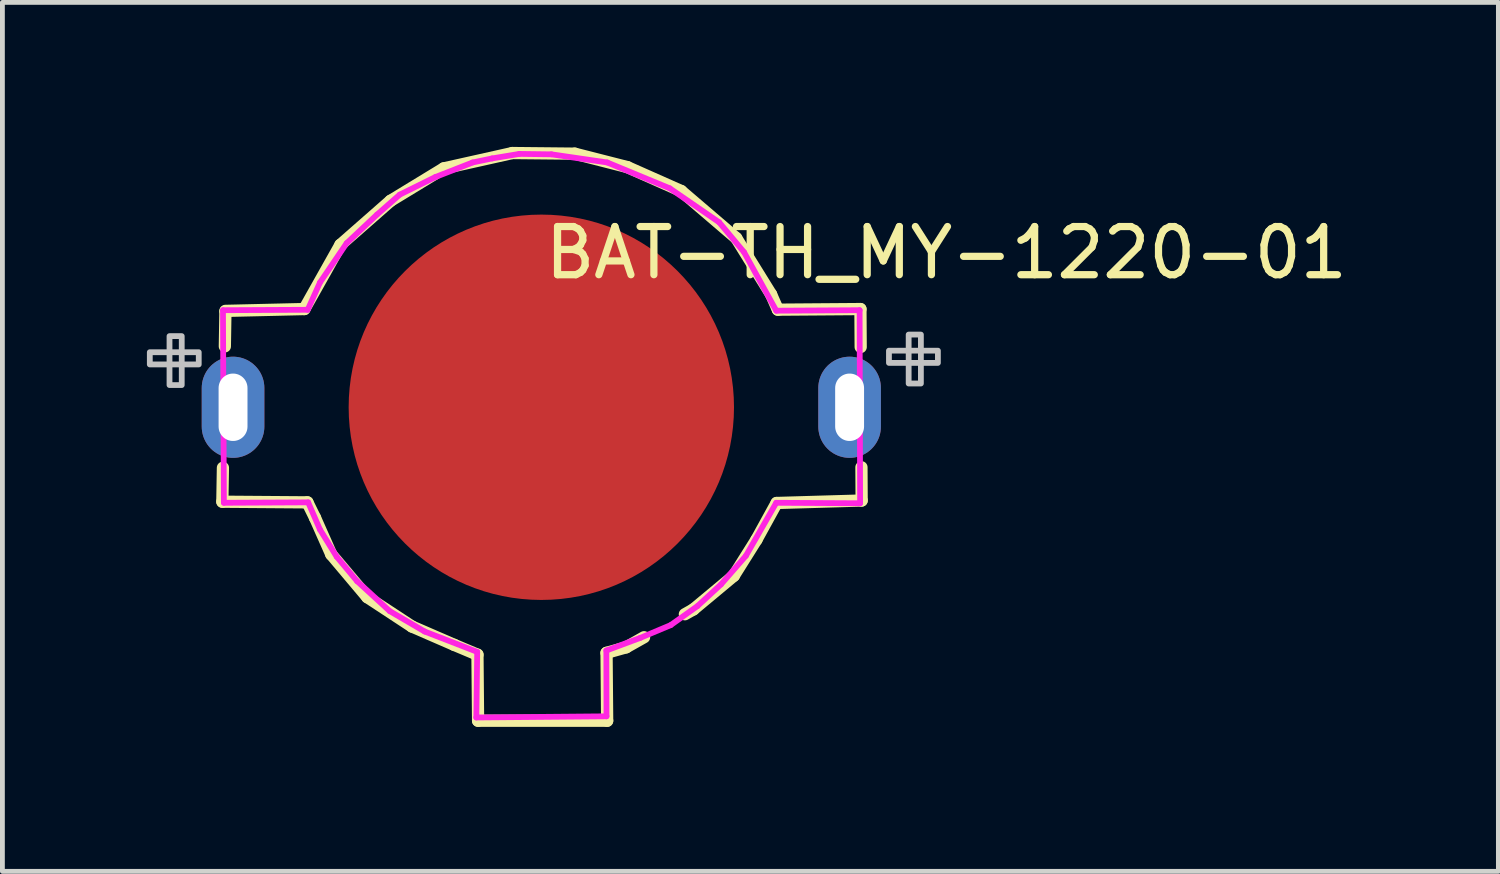
<source format=kicad_pcb>
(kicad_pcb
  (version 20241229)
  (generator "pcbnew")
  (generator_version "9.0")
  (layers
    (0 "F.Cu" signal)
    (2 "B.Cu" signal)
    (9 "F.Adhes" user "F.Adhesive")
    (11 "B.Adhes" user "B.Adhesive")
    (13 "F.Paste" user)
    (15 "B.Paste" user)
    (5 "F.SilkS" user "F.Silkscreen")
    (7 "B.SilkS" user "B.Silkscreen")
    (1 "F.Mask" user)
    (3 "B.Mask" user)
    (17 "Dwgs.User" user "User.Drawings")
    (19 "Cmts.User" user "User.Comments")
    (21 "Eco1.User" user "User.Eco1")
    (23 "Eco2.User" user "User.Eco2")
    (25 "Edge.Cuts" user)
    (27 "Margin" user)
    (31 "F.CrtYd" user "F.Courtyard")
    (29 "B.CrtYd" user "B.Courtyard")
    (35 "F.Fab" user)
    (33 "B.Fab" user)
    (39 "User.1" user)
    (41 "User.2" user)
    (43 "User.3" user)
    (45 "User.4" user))
  (footprint "BAT-TH_MY-1220-01"
    (layer "F.Cu")
    (at 8.188 5.405)
    (property "Reference" "BAT-TH_MY-1220-01" (at 0 -3.207 0) (layer "F.SilkS") (effects (font (size 1 1) (thickness 0.15)) (justify left)))
    (attr through_hole)
    (fp_line (start -6.622 1.961) (end -6.61 1.256) (stroke (width 0.254) (type solid)) (layer "F.SilkS"))
    (fp_line (start -6.57 -1.265) (end -6.558 -1.988) (stroke (width 0.254) (type solid)) (layer "F.SilkS"))
    (fp_line (start -6.558 -2.001) (end -4.92 -2.039) (stroke (width 0.254) (type solid)) (layer "F.SilkS"))
    (fp_line (start -4.92 -2.039) (end -4.17 -3.373) (stroke (width 0.254) (type solid)) (layer "F.SilkS"))
    (fp_line (start -4.856 1.974) (end -6.622 1.961) (stroke (width 0.254) (type solid)) (layer "F.SilkS"))
    (fp_line (start -4.698 2.295) (end -4.856 1.974) (stroke (width 0.254) (type solid)) (layer "F.SilkS"))
    (fp_line (start -4.361 3.054) (end -4.698 2.295) (stroke (width 0.254) (type solid)) (layer "F.SilkS"))
    (fp_line (start -4.17 -3.373) (end -3.129 -4.287) (stroke (width 0.254) (type solid)) (layer "F.SilkS"))
    (fp_line (start -3.612 3.943) (end -4.361 3.054) (stroke (width 0.254) (type solid)) (layer "F.SilkS"))
    (fp_line (start -3.129 -4.287) (end -2.024 -4.96) (stroke (width 0.254) (type solid)) (layer "F.SilkS"))
    (fp_line (start -2.685 4.552) (end -3.612 3.943) (stroke (width 0.254) (type solid)) (layer "F.SilkS"))
    (fp_line (start -2.024 -4.96) (end -0.602 -5.278) (stroke (width 0.254) (type solid)) (layer "F.SilkS"))
    (fp_line (start -1.808 4.933) (end -2.685 4.552) (stroke (width 0.254) (type solid)) (layer "F.SilkS"))
    (fp_line (start -1.326 5.136) (end -1.808 4.933) (stroke (width 0.254) (type solid)) (layer "F.SilkS"))
    (fp_line (start -1.313 6.508) (end -1.326 5.136) (stroke (width 0.254) (type solid)) (layer "F.SilkS"))
    (fp_line (start -0.602 -5.278) (end 0.694 -5.265) (stroke (width 0.254) (type solid)) (layer "F.SilkS"))
    (fp_line (start 0.694 -5.265) (end 1.786 -4.986) (stroke (width 0.254) (type solid)) (layer "F.SilkS"))
    (fp_line (start 1.354 5.098) (end 1.367 6.508) (stroke (width 0.254) (type solid)) (layer "F.SilkS"))
    (fp_line (start 1.367 6.508) (end -1.313 6.508) (stroke (width 0.254) (type solid)) (layer "F.SilkS"))
    (fp_line (start 1.76 4.984) (end 1.354 5.098) (stroke (width 0.254) (type solid)) (layer "F.SilkS"))
    (fp_line (start 1.786 -4.986) (end 2.903 -4.49) (stroke (width 0.254) (type solid)) (layer "F.SilkS"))
    (fp_line (start 2.133 4.774) (end 1.76 4.984) (stroke (width 0.254) (type solid)) (layer "F.SilkS"))
    (fp_line (start 2.903 -4.49) (end 4.046 -3.512) (stroke (width 0.254) (type solid)) (layer "F.SilkS"))
    (fp_line (start 3.157 4.197) (end 2.98 4.297) (stroke (width 0.254) (type solid)) (layer "F.SilkS"))
    (fp_line (start 3.996 3.498) (end 3.157 4.197) (stroke (width 0.254) (type solid)) (layer "F.SilkS"))
    (fp_line (start 4.046 -3.512) (end 4.77 -2.344) (stroke (width 0.254) (type solid)) (layer "F.SilkS"))
    (fp_line (start 4.466 2.749) (end 3.996 3.498) (stroke (width 0.254) (type solid)) (layer "F.SilkS"))
    (fp_line (start 4.77 -2.344) (end 4.91 -2.026) (stroke (width 0.254) (type solid)) (layer "F.SilkS"))
    (fp_line (start 4.885 1.987) (end 4.466 2.749) (stroke (width 0.254) (type solid)) (layer "F.SilkS"))
    (fp_line (start 4.91 -2.026) (end 6.625 -2.039) (stroke (width 0.254) (type solid)) (layer "F.SilkS"))
    (fp_line (start 6.625 -2.039) (end 6.63 -1.251) (stroke (width 0.254) (type solid)) (layer "F.SilkS"))
    (fp_line (start 6.646 1.246) (end 6.65 1.936) (stroke (width 0.254) (type solid)) (layer "F.SilkS"))
    (fp_line (start 6.65 1.936) (end 4.885 1.987) (stroke (width 0.254) (type solid)) (layer "F.SilkS"))
    (fp_poly (pts (xy -8.128 -1.143) (xy -7.112 -1.143) (xy -7.112 -0.889) (xy -8.128 -0.889)) (stroke (width 0.12) (type solid)) (fill no) (layer "Dwgs.User"))
    (fp_poly (pts (xy -7.465 -1.477) (xy -7.465 -0.461) (xy -7.719 -0.461) (xy -7.719 -1.477)) (stroke (width 0.12) (type solid)) (fill no) (layer "Dwgs.User"))
    (fp_poly (pts (xy 7.217 -1.175) (xy 8.233 -1.175) (xy 8.233 -0.921) (xy 7.217 -0.921)) (stroke (width 0.12) (type solid)) (fill no) (layer "Dwgs.User"))
    (fp_poly (pts (xy 7.88 -1.509) (xy 7.88 -0.493) (xy 7.626 -0.493) (xy 7.626 -1.509)) (stroke (width 0.12) (type solid)) (fill no) (layer "Dwgs.User"))
    (fp_circle (center -6.609 6.44) (end -6.579 6.44) (stroke (width 0.06) (type solid)) (fill no) (layer "Eco2.User"))
    (fp_line (start -6.609 -2.015) (end -6.59 1.983) (stroke (width 0.12) (type solid)) (layer "F.CrtYd"))
    (fp_line (start -6.59 1.983) (end -4.84 1.974) (stroke (width 0.12) (type solid)) (layer "F.CrtYd"))
    (fp_line (start -4.85 -2.024) (end -6.609 -2.015) (stroke (width 0.12) (type solid)) (layer "F.CrtYd"))
    (fp_line (start -4.84 1.974) (end -4.596 2.538) (stroke (width 0.12) (type solid)) (layer "F.CrtYd"))
    (fp_line (start -4.596 -2.589) (end -4.85 -2.024) (stroke (width 0.12) (type solid)) (layer "F.CrtYd"))
    (fp_line (start -4.596 2.538) (end -4.248 3.103) (stroke (width 0.12) (type solid)) (layer "F.CrtYd"))
    (fp_line (start -4.248 3.103) (end -3.824 3.611) (stroke (width 0.12) (type solid)) (layer "F.CrtYd"))
    (fp_line (start -4.041 -3.407) (end -4.596 -2.589) (stroke (width 0.12) (type solid)) (layer "F.CrtYd"))
    (fp_line (start -3.824 3.611) (end -3.147 4.232) (stroke (width 0.12) (type solid)) (layer "F.CrtYd"))
    (fp_line (start -3.411 -4) (end -4.041 -3.407) (stroke (width 0.12) (type solid)) (layer "F.CrtYd"))
    (fp_line (start -3.147 4.232) (end -2.423 4.655) (stroke (width 0.12) (type solid)) (layer "F.CrtYd"))
    (fp_line (start -2.94 -4.414) (end -3.411 -4) (stroke (width 0.12) (type solid)) (layer "F.CrtYd"))
    (fp_line (start -2.423 4.655) (end -1.331 5.078) (stroke (width 0.12) (type solid)) (layer "F.CrtYd"))
    (fp_line (start -2.197 -4.781) (end -2.94 -4.414) (stroke (width 0.12) (type solid)) (layer "F.CrtYd"))
    (fp_line (start -1.426 -5.082) (end -2.197 -4.781) (stroke (width 0.12) (type solid)) (layer "F.CrtYd"))
    (fp_line (start -1.349 6.44) (end 1.353 6.416) (stroke (width 0.12) (type solid)) (layer "F.CrtYd"))
    (fp_line (start -1.331 5.078) (end -1.349 6.44) (stroke (width 0.12) (type solid)) (layer "F.CrtYd"))
    (fp_line (start -1.021 -5.166) (end -1.426 -5.082) (stroke (width 0.12) (type solid)) (layer "F.CrtYd"))
    (fp_line (start -0.457 -5.26) (end -1.021 -5.166) (stroke (width 0.12) (type solid)) (layer "F.CrtYd"))
    (fp_line (start 0.211 -5.251) (end -0.457 -5.26) (stroke (width 0.12) (type solid)) (layer "F.CrtYd"))
    (fp_line (start 1.35 5.05) (end 2.055 4.787) (stroke (width 0.12) (type solid)) (layer "F.CrtYd"))
    (fp_line (start 1.353 6.416) (end 1.35 5.05) (stroke (width 0.12) (type solid)) (layer "F.CrtYd"))
    (fp_line (start 1.368 -5.082) (end 0.211 -5.251) (stroke (width 0.12) (type solid)) (layer "F.CrtYd"))
    (fp_line (start 2.055 4.787) (end 2.685 4.523) (stroke (width 0.12) (type solid)) (layer "F.CrtYd"))
    (fp_line (start 2.667 -4.545) (end 1.368 -5.082) (stroke (width 0.12) (type solid)) (layer "F.CrtYd"))
    (fp_line (start 2.685 4.523) (end 3.241 4.128) (stroke (width 0.12) (type solid)) (layer "F.CrtYd"))
    (fp_line (start 3.241 4.128) (end 3.73 3.677) (stroke (width 0.12) (type solid)) (layer "F.CrtYd"))
    (fp_line (start 3.692 -3.84) (end 2.667 -4.545) (stroke (width 0.12) (type solid)) (layer "F.CrtYd"))
    (fp_line (start 3.73 3.677) (end 4.247 3.084) (stroke (width 0.12) (type solid)) (layer "F.CrtYd"))
    (fp_line (start 4.209 -3.219) (end 3.692 -3.84) (stroke (width 0.12) (type solid)) (layer "F.CrtYd"))
    (fp_line (start 4.247 3.084) (end 4.877 1.983) (stroke (width 0.12) (type solid)) (layer "F.CrtYd"))
    (fp_line (start 4.877 -2.005) (end 4.209 -3.219) (stroke (width 0.12) (type solid)) (layer "F.CrtYd"))
    (fp_line (start 4.877 1.983) (end 6.618 1.993) (stroke (width 0.12) (type solid)) (layer "F.CrtYd"))
    (fp_line (start 6.608 -2.015) (end 4.877 -2.005) (stroke (width 0.12) (type solid)) (layer "F.CrtYd"))
    (fp_line (start 6.618 1.993) (end 6.608 -2.015) (stroke (width 0.12) (type solid)) (layer "F.CrtYd"))
    (pad "1" thru_hole oval (at -6.4 0) (size 1.3 2.1) (drill oval 0.6 1.4) (layers "*.Cu" "*.Mask"))
    (pad "1" thru_hole oval (at 6.4 0) (size 1.3 2.1) (drill oval 0.6 1.4) (layers "*.Cu" "*.Mask"))
    (pad "2" smd circle (at 0 0) (size 8 8) (layers "F.Cu" "F.Mask" "F.Paste")))
  (gr_rect
    (start -3 -3)
    (end 28.057 15.04)
    (stroke (width 0.1) (type default))
    (fill no)
    (layer "Edge.Cuts")))
</source>
